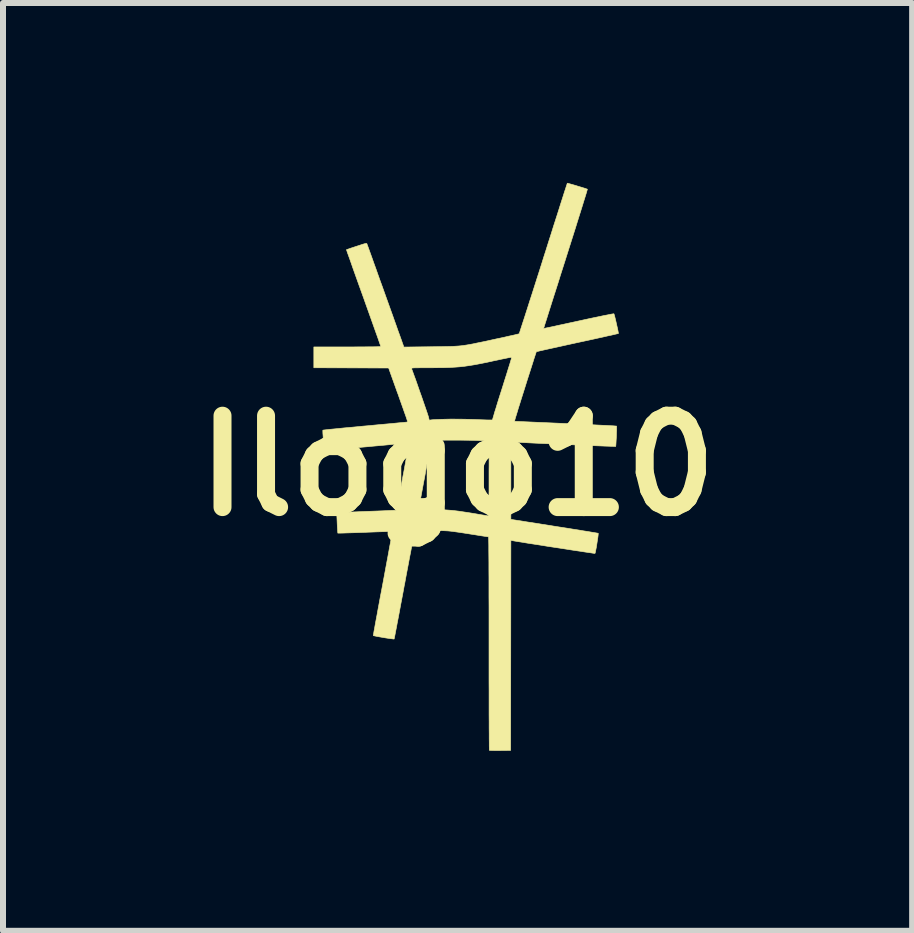
<source format=kicad_pcb>
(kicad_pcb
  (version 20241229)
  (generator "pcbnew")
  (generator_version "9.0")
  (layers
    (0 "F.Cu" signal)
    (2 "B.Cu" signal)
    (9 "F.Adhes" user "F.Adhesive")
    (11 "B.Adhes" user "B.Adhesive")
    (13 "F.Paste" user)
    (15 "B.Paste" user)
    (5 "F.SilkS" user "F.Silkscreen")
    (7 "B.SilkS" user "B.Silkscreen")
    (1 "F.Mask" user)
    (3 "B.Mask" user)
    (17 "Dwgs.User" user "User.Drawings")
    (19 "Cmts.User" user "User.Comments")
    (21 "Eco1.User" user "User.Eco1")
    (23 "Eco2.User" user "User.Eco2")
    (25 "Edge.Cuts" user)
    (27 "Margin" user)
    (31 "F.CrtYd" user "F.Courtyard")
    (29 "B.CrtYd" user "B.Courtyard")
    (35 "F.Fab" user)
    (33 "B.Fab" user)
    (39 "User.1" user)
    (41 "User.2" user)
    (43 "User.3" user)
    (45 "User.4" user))
  (footprint "Ilogo10"
    (layer "F.Cu")
    (at 4.579 4.716)
    (property "Reference" "Ilogo10" (at 0 0 0) (layer "F.SilkS") (effects (font (size 1.524 1.524) (thickness 0.3))))
    (attr through_hole)
    (fp_poly (pts (xy 1.839 -4.71) (xy 1.861 -4.704) (xy 1.893 -4.695) (xy 1.932 -4.684) (xy 1.976 -4.671) (xy 2.021 -4.657) (xy 2.065 -4.644) (xy 2.104 -4.632) (xy 2.136 -4.622) (xy 2.157 -4.614) (xy 2.165 -4.611) (xy 2.163 -4.603) (xy 2.156 -4.579) (xy 2.145 -4.541) (xy 2.129 -4.489) (xy 2.109 -4.425) (xy 2.086 -4.35) (xy 2.059 -4.264) (xy 2.029 -4.168) (xy 1.996 -4.063) (xy 1.961 -3.95) (xy 1.923 -3.83) (xy 1.883 -3.704) (xy 1.841 -3.572) (xy 1.802 -3.448) (xy 1.759 -3.313) (xy 1.717 -3.182) (xy 1.678 -3.056) (xy 1.64 -2.937) (xy 1.604 -2.825) (xy 1.571 -2.721) (xy 1.541 -2.626) (xy 1.514 -2.541) (xy 1.491 -2.467) (xy 1.471 -2.404) (xy 1.455 -2.354) (xy 1.444 -2.317) (xy 1.437 -2.295) (xy 1.435 -2.288) (xy 1.443 -2.29) (xy 1.466 -2.295) (xy 1.504 -2.303) (xy 1.554 -2.313) (xy 1.615 -2.326) (xy 1.686 -2.342) (xy 1.766 -2.359) (xy 1.853 -2.378) (xy 1.946 -2.398) (xy 2.019 -2.414) (xy 2.115 -2.435) (xy 2.207 -2.455) (xy 2.293 -2.473) (xy 2.371 -2.489) (xy 2.44 -2.504) (xy 2.499 -2.515) (xy 2.547 -2.525) (xy 2.582 -2.531) (xy 2.602 -2.534) (xy 2.607 -2.534) (xy 2.611 -2.524) (xy 2.618 -2.501) (xy 2.626 -2.468) (xy 2.636 -2.427) (xy 2.646 -2.383) (xy 2.656 -2.338) (xy 2.666 -2.295) (xy 2.674 -2.257) (xy 2.679 -2.228) (xy 2.682 -2.21) (xy 2.682 -2.205) (xy 2.674 -2.203) (xy 2.65 -2.198) (xy 2.612 -2.189) (xy 2.561 -2.177) (xy 2.499 -2.164) (xy 2.426 -2.147) (xy 2.344 -2.129) (xy 2.254 -2.109) (xy 2.157 -2.088) (xy 2.055 -2.066) (xy 1.999 -2.054) (xy 1.894 -2.031) (xy 1.794 -2.009) (xy 1.7 -1.988) (xy 1.614 -1.969) (xy 1.536 -1.952) (xy 1.468 -1.937) (xy 1.411 -1.924) (xy 1.366 -1.914) (xy 1.334 -1.906) (xy 1.317 -1.902) (xy 1.314 -1.901) (xy 1.311 -1.893) (xy 1.303 -1.869) (xy 1.291 -1.833) (xy 1.275 -1.785) (xy 1.257 -1.727) (xy 1.236 -1.661) (xy 1.213 -1.589) (xy 1.188 -1.511) (xy 1.162 -1.43) (xy 1.136 -1.347) (xy 1.11 -1.264) (xy 1.084 -1.182) (xy 1.059 -1.103) (xy 1.036 -1.029) (xy 1.014 -0.96) (xy 0.996 -0.899) (xy 0.98 -0.847) (xy 0.967 -0.806) (xy 0.959 -0.778) (xy 0.955 -0.763) (xy 0.955 -0.762) (xy 0.953 -0.741) (xy 1.799 -0.704) (xy 1.917 -0.699) (xy 2.031 -0.693) (xy 2.138 -0.689) (xy 2.239 -0.684) (xy 2.331 -0.679) (xy 2.414 -0.675) (xy 2.486 -0.672) (xy 2.547 -0.668) (xy 2.595 -0.666) (xy 2.629 -0.663) (xy 2.647 -0.662) (xy 2.651 -0.661) (xy 2.652 -0.652) (xy 2.652 -0.629) (xy 2.652 -0.595) (xy 2.65 -0.554) (xy 2.649 -0.508) (xy 2.647 -0.462) (xy 2.644 -0.417) (xy 2.642 -0.378) (xy 2.64 -0.347) (xy 2.638 -0.327) (xy 2.636 -0.322) (xy 2.628 -0.322) (xy 2.603 -0.323) (xy 2.565 -0.324) (xy 2.514 -0.326) (xy 2.451 -0.328) (xy 2.379 -0.331) (xy 2.298 -0.334) (xy 2.209 -0.338) (xy 2.115 -0.342) (xy 2.017 -0.346) (xy 1.915 -0.35) (xy 1.811 -0.354) (xy 1.708 -0.359) (xy 1.605 -0.363) (xy 1.505 -0.368) (xy 1.409 -0.372) (xy 1.318 -0.376) (xy 1.233 -0.38) (xy 1.157 -0.384) (xy 1.09 -0.387) (xy 1.034 -0.39) (xy 0.99 -0.392) (xy 0.959 -0.394) (xy 0.946 -0.395) (xy 0.889 -0.4) (xy 0.889 0.894) (xy 1.614 1.008) (xy 1.722 1.025) (xy 1.826 1.041) (xy 1.924 1.057) (xy 2.015 1.071) (xy 2.097 1.085) (xy 2.17 1.096) (xy 2.232 1.107) (xy 2.281 1.115) (xy 2.318 1.121) (xy 2.339 1.125) (xy 2.346 1.126) (xy 2.346 1.135) (xy 2.344 1.158) (xy 2.34 1.191) (xy 2.334 1.231) (xy 2.327 1.276) (xy 2.32 1.322) (xy 2.313 1.366) (xy 2.305 1.405) (xy 2.299 1.436) (xy 2.294 1.456) (xy 2.292 1.461) (xy 2.283 1.461) (xy 2.26 1.458) (xy 2.222 1.452) (xy 2.172 1.445) (xy 2.112 1.436) (xy 2.042 1.425) (xy 1.965 1.414) (xy 1.881 1.401) (xy 1.793 1.387) (xy 1.702 1.373) (xy 1.609 1.359) (xy 1.515 1.345) (xy 1.424 1.33) (xy 1.335 1.316) (xy 1.25 1.303) (xy 1.171 1.291) (xy 1.1 1.279) (xy 1.038 1.269) (xy 0.986 1.261) (xy 0.945 1.254) (xy 0.919 1.249) (xy 0.908 1.247) (xy 0.889 1.243) (xy 0.887 2.994) (xy 0.885 4.746) (xy 0.711 4.748) (xy 0.658 4.748) (xy 0.611 4.748) (xy 0.573 4.747) (xy 0.545 4.746) (xy 0.532 4.745) (xy 0.531 4.744) (xy 0.53 4.735) (xy 0.53 4.71) (xy 0.529 4.67) (xy 0.529 4.615) (xy 0.528 4.546) (xy 0.528 4.464) (xy 0.527 4.37) (xy 0.527 4.265) (xy 0.526 4.149) (xy 0.526 4.023) (xy 0.526 3.888) (xy 0.526 3.745) (xy 0.525 3.594) (xy 0.525 3.436) (xy 0.525 3.273) (xy 0.525 3.104) (xy 0.525 2.962) (xy 0.525 2.749) (xy 0.525 2.547) (xy 0.525 2.358) (xy 0.524 2.182) (xy 0.524 2.019) (xy 0.524 1.87) (xy 0.523 1.734) (xy 0.523 1.613) (xy 0.522 1.506) (xy 0.521 1.413) (xy 0.521 1.336) (xy 0.52 1.275) (xy 0.519 1.229) (xy 0.518 1.199) (xy 0.517 1.186) (xy 0.517 1.185) (xy 0.507 1.184) (xy 0.482 1.18) (xy 0.445 1.175) (xy 0.398 1.168) (xy 0.342 1.159) (xy 0.281 1.149) (xy 0.265 1.147) (xy 0.172 1.132) (xy 0.094 1.12) (xy 0.028 1.11) (xy -0.029 1.102) (xy -0.078 1.095) (xy -0.122 1.09) (xy -0.164 1.086) (xy -0.206 1.084) (xy -0.25 1.082) (xy -0.298 1.08) (xy -0.353 1.079) (xy -0.418 1.078) (xy -0.43 1.078) (xy -0.497 1.077) (xy -0.558 1.077) (xy -0.612 1.077) (xy -0.656 1.077) (xy -0.689 1.078) (xy -0.707 1.08) (xy -0.711 1.081) (xy -0.714 1.09) (xy -0.719 1.114) (xy -0.727 1.154) (xy -0.737 1.206) (xy -0.75 1.271) (xy -0.765 1.347) (xy -0.781 1.434) (xy -0.8 1.529) (xy -0.819 1.632) (xy -0.84 1.742) (xy -0.862 1.858) (xy -0.884 1.979) (xy -0.886 1.985) (xy -0.908 2.106) (xy -0.93 2.222) (xy -0.951 2.333) (xy -0.97 2.436) (xy -0.988 2.532) (xy -1.005 2.619) (xy -1.019 2.695) (xy -1.032 2.761) (xy -1.042 2.814) (xy -1.05 2.854) (xy -1.055 2.879) (xy -1.058 2.889) (xy -1.058 2.889) (xy -1.067 2.889) (xy -1.089 2.886) (xy -1.123 2.882) (xy -1.163 2.876) (xy -1.209 2.869) (xy -1.255 2.861) (xy -1.301 2.853) (xy -1.341 2.846) (xy -1.374 2.839) (xy -1.396 2.834) (xy -1.404 2.832) (xy -1.403 2.823) (xy -1.399 2.799) (xy -1.393 2.76) (xy -1.383 2.708) (xy -1.372 2.644) (xy -1.358 2.569) (xy -1.342 2.484) (xy -1.325 2.389) (xy -1.306 2.287) (xy -1.286 2.178) (xy -1.264 2.064) (xy -1.245 1.963) (xy -1.223 1.845) (xy -1.202 1.731) (xy -1.182 1.623) (xy -1.163 1.522) (xy -1.146 1.429) (xy -1.131 1.345) (xy -1.117 1.272) (xy -1.106 1.209) (xy -1.097 1.16) (xy -1.091 1.123) (xy -1.087 1.102) (xy -1.086 1.095) (xy -1.095 1.095) (xy -1.119 1.095) (xy -1.157 1.096) (xy -1.207 1.098) (xy -1.268 1.1) (xy -1.338 1.102) (xy -1.415 1.105) (xy -1.499 1.108) (xy -1.54 1.11) (xy -1.626 1.113) (xy -1.707 1.116) (xy -1.781 1.118) (xy -1.846 1.12) (xy -1.902 1.122) (xy -1.946 1.123) (xy -1.977 1.123) (xy -1.993 1.123) (xy -1.996 1.123) (xy -1.997 1.114) (xy -1.999 1.091) (xy -2.001 1.058) (xy -2.004 1.017) (xy -2.006 0.971) (xy -2.008 0.925) (xy -2.01 0.88) (xy -2.012 0.84) (xy -2.013 0.809) (xy -2.013 0.788) (xy -2.013 0.782) (xy -2.004 0.781) (xy -1.98 0.78) (xy -1.942 0.778) (xy -1.891 0.776) (xy -1.83 0.774) (xy -1.759 0.771) (xy -1.68 0.768) (xy -1.595 0.764) (xy -1.515 0.761) (xy -1.425 0.758) (xy -1.341 0.755) (xy -1.263 0.752) (xy -1.193 0.749) (xy -1.133 0.746) (xy -1.084 0.744) (xy -1.047 0.743) (xy -1.025 0.742) (xy -1.018 0.741) (xy -1.016 0.733) (xy -1.012 0.712) (xy -0.648 0.712) (xy -0.648 0.716) (xy -0.644 0.719) (xy -0.634 0.722) (xy -0.616 0.724) (xy -0.59 0.726) (xy -0.552 0.727) (xy -0.502 0.728) (xy -0.438 0.73) (xy -0.396 0.731) (xy -0.324 0.732) (xy -0.26 0.734) (xy -0.203 0.736) (xy -0.149 0.74) (xy -0.096 0.744) (xy -0.041 0.75) (xy 0.017 0.757) (xy 0.083 0.767) (xy 0.159 0.778) (xy 0.246 0.792) (xy 0.313 0.803) (xy 0.369 0.813) (xy 0.42 0.821) (xy 0.462 0.828) (xy 0.495 0.833) (xy 0.514 0.836) (xy 0.519 0.837) (xy 0.52 0.829) (xy 0.521 0.806) (xy 0.522 0.768) (xy 0.523 0.717) (xy 0.523 0.655) (xy 0.524 0.584) (xy 0.524 0.503) (xy 0.525 0.416) (xy 0.525 0.322) (xy 0.525 0.282) (xy 0.525 0.184) (xy 0.525 0.089) (xy 0.526 0.000016) (xy 0.526 -0.083) (xy 0.527 -0.157) (xy 0.528 -0.222) (xy 0.528 -0.275) (xy 0.529 -0.315) (xy 0.53 -0.34) (xy 0.53 -0.344) (xy 0.536 -0.413) (xy 0.376 -0.42) (xy 0.323 -0.422) (xy 0.261 -0.424) (xy 0.191 -0.425) (xy 0.117 -0.426) (xy 0.04 -0.427) (xy -0.038 -0.427) (xy -0.114 -0.427) (xy -0.186 -0.427) (xy -0.251 -0.426) (xy -0.308 -0.425) (xy -0.354 -0.424) (xy -0.386 -0.422) (xy -0.398 -0.421) (xy -0.445 -0.414) (xy -0.455 -0.336) (xy -0.458 -0.317) (xy -0.464 -0.284) (xy -0.472 -0.238) (xy -0.482 -0.181) (xy -0.493 -0.116) (xy -0.507 -0.044) (xy -0.521 0.034) (xy -0.535 0.114) (xy -0.55 0.197) (xy -0.566 0.279) (xy -0.581 0.359) (xy -0.595 0.435) (xy -0.608 0.506) (xy -0.62 0.569) (xy -0.63 0.623) (xy -0.639 0.666) (xy -0.645 0.696) (xy -0.648 0.712) (xy -0.648 0.712) (xy -1.012 0.712) (xy -1.011 0.709) (xy -1.004 0.672) (xy -0.995 0.624) (xy -0.983 0.565) (xy -0.971 0.499) (xy -0.957 0.425) (xy -0.942 0.347) (xy -0.927 0.266) (xy -0.912 0.183) (xy -0.896 0.1) (xy -0.881 0.019) (xy -0.867 -0.059) (xy -0.854 -0.131) (xy -0.842 -0.197) (xy -0.832 -0.254) (xy -0.823 -0.301) (xy -0.817 -0.336) (xy -0.814 -0.357) (xy -0.813 -0.363) (xy -0.814 -0.375) (xy -0.82 -0.38) (xy -0.835 -0.381) (xy -0.857 -0.378) (xy -0.892 -0.375) (xy -0.939 -0.37) (xy -0.997 -0.364) (xy -1.065 -0.358) (xy -1.14 -0.351) (xy -1.223 -0.343) (xy -1.311 -0.335) (xy -1.402 -0.327) (xy -1.495 -0.318) (xy -1.588 -0.31) (xy -1.681 -0.301) (xy -1.771 -0.293) (xy -1.856 -0.286) (xy -1.937 -0.279) (xy -2.01 -0.272) (xy -2.074 -0.267) (xy -2.128 -0.263) (xy -2.17 -0.259) (xy -2.199 -0.257) (xy -2.214 -0.256) (xy -2.215 -0.256) (xy -2.218 -0.266) (xy -2.221 -0.29) (xy -2.225 -0.324) (xy -2.23 -0.365) (xy -2.234 -0.411) (xy -2.239 -0.457) (xy -2.242 -0.501) (xy -2.245 -0.54) (xy -2.246 -0.57) (xy -2.246 -0.589) (xy -2.246 -0.593) (xy -2.236 -0.595) (xy -2.212 -0.598) (xy -2.173 -0.602) (xy -2.121 -0.608) (xy -2.057 -0.614) (xy -1.983 -0.621) (xy -1.899 -0.63) (xy -1.808 -0.638) (xy -1.711 -0.647) (xy -1.608 -0.657) (xy -1.579 -0.66) (xy -1.474 -0.669) (xy -1.373 -0.679) (xy -1.277 -0.688) (xy -1.188 -0.696) (xy -1.108 -0.703) (xy -1.037 -0.71) (xy -0.977 -0.716) (xy -0.929 -0.72) (xy -0.895 -0.723) (xy -0.877 -0.725) (xy -0.875 -0.725) (xy -0.831 -0.73) (xy -0.843 -0.769) (xy -0.848 -0.785) (xy -0.858 -0.815) (xy -0.873 -0.857) (xy -0.892 -0.91) (xy -0.914 -0.973) (xy -0.939 -1.043) (xy -0.966 -1.119) (xy -0.994 -1.199) (xy -1.002 -1.219) (xy -1.146 -1.622) (xy -0.767 -1.622) (xy -0.767 -1.619) (xy -0.756 -1.591) (xy -0.741 -1.55) (xy -0.723 -1.5) (xy -0.701 -1.441) (xy -0.678 -1.375) (xy -0.654 -1.306) (xy -0.629 -1.234) (xy -0.603 -1.162) (xy -0.579 -1.092) (xy -0.556 -1.025) (xy -0.535 -0.965) (xy -0.517 -0.912) (xy -0.502 -0.868) (xy -0.492 -0.837) (xy -0.486 -0.819) (xy -0.486 -0.818) (xy -0.472 -0.76) (xy -0.437 -0.765) (xy -0.419 -0.767) (xy -0.386 -0.769) (xy -0.343 -0.771) (xy -0.291 -0.773) (xy -0.233 -0.775) (xy -0.195 -0.776) (xy -0.105 -0.778) (xy -0.002 -0.777) (xy 0.108 -0.776) (xy 0.222 -0.773) (xy 0.294 -0.771) (xy 0.361 -0.768) (xy 0.423 -0.766) (xy 0.478 -0.764) (xy 0.522 -0.763) (xy 0.556 -0.763) (xy 0.576 -0.763) (xy 0.58 -0.764) (xy 0.584 -0.773) (xy 0.591 -0.796) (xy 0.6 -0.826) (xy 0.605 -0.843) (xy 0.611 -0.866) (xy 0.622 -0.903) (xy 0.638 -0.952) (xy 0.656 -1.012) (xy 0.677 -1.081) (xy 0.701 -1.157) (xy 0.727 -1.238) (xy 0.754 -1.323) (xy 0.766 -1.362) (xy 0.792 -1.445) (xy 0.817 -1.523) (xy 0.839 -1.595) (xy 0.859 -1.659) (xy 0.876 -1.713) (xy 0.889 -1.757) (xy 0.898 -1.788) (xy 0.902 -1.806) (xy 0.903 -1.809) (xy 0.894 -1.809) (xy 0.87 -1.805) (xy 0.834 -1.798) (xy 0.787 -1.788) (xy 0.731 -1.777) (xy 0.667 -1.763) (xy 0.604 -1.75) (xy 0.486 -1.724) (xy 0.381 -1.703) (xy 0.287 -1.685) (xy 0.2 -1.671) (xy 0.118 -1.659) (xy 0.037 -1.65) (xy -0.045 -1.644) (xy -0.132 -1.639) (xy -0.226 -1.636) (xy -0.331 -1.635) (xy -0.449 -1.634) (xy -0.473 -1.634) (xy -0.552 -1.634) (xy -0.616 -1.634) (xy -0.666 -1.633) (xy -0.704 -1.633) (xy -0.731 -1.632) (xy -0.75 -1.63) (xy -0.761 -1.628) (xy -0.766 -1.625) (xy -0.767 -1.622) (xy -1.146 -1.622) (xy -1.149 -1.63) (xy -1.773 -1.632) (xy -2.396 -1.634) (xy -2.396 -1.981) (xy -1.837 -1.981) (xy -1.742 -1.981) (xy -1.651 -1.982) (xy -1.567 -1.982) (xy -1.492 -1.983) (xy -1.425 -1.983) (xy -1.369 -1.984) (xy -1.326 -1.985) (xy -1.295 -1.986) (xy -1.28 -1.987) (xy -1.279 -1.988) (xy -1.281 -1.996) (xy -1.29 -2.02) (xy -1.303 -2.057) (xy -1.32 -2.107) (xy -1.342 -2.169) (xy -1.368 -2.241) (xy -1.397 -2.323) (xy -1.429 -2.413) (xy -1.464 -2.511) (xy -1.501 -2.615) (xy -1.54 -2.724) (xy -1.566 -2.798) (xy -1.606 -2.909) (xy -1.645 -3.017) (xy -1.681 -3.118) (xy -1.715 -3.213) (xy -1.746 -3.3) (xy -1.773 -3.378) (xy -1.797 -3.446) (xy -1.818 -3.504) (xy -1.834 -3.549) (xy -1.845 -3.581) (xy -1.851 -3.599) (xy -1.852 -3.603) (xy -1.844 -3.606) (xy -1.822 -3.613) (xy -1.789 -3.625) (xy -1.746 -3.639) (xy -1.698 -3.655) (xy -1.683 -3.66) (xy -1.627 -3.678) (xy -1.585 -3.692) (xy -1.554 -3.701) (xy -1.533 -3.706) (xy -1.521 -3.707) (xy -1.514 -3.705) (xy -1.511 -3.701) (xy -1.508 -3.691) (xy -1.499 -3.667) (xy -1.485 -3.629) (xy -1.467 -3.579) (xy -1.445 -3.518) (xy -1.42 -3.448) (xy -1.392 -3.369) (xy -1.361 -3.284) (xy -1.329 -3.193) (xy -1.295 -3.097) (xy -1.259 -2.999) (xy -1.223 -2.898) (xy -1.187 -2.797) (xy -1.151 -2.697) (xy -1.116 -2.599) (xy -1.082 -2.505) (xy -1.05 -2.414) (xy -1.02 -2.33) (xy -0.993 -2.253) (xy -0.968 -2.185) (xy -0.947 -2.126) (xy -0.93 -2.079) (xy -0.918 -2.043) (xy -0.91 -2.022) (xy -0.908 -2.016) (xy -0.895 -1.979) (xy -0.462 -1.984) (xy -0.358 -1.985) (xy -0.268 -1.986) (xy -0.192 -1.988) (xy -0.126 -1.989) (xy -0.07 -1.991) (xy -0.021 -1.994) (xy 0.023 -1.997) (xy 0.064 -2.001) (xy 0.103 -2.006) (xy 0.143 -2.012) (xy 0.186 -2.019) (xy 0.191 -2.02) (xy 0.218 -2.025) (xy 0.258 -2.032) (xy 0.308 -2.043) (xy 0.367 -2.055) (xy 0.432 -2.068) (xy 0.502 -2.083) (xy 0.574 -2.099) (xy 0.647 -2.115) (xy 0.719 -2.13) (xy 0.788 -2.145) (xy 0.851 -2.16) (xy 0.908 -2.172) (xy 0.956 -2.183) (xy 0.993 -2.192) (xy 1.018 -2.198) (xy 1.027 -2.202) (xy 1.027 -2.202) (xy 1.031 -2.21) (xy 1.039 -2.234) (xy 1.051 -2.272) (xy 1.068 -2.324) (xy 1.089 -2.389) (xy 1.114 -2.465) (xy 1.142 -2.552) (xy 1.173 -2.649) (xy 1.207 -2.756) (xy 1.244 -2.87) (xy 1.283 -2.992) (xy 1.324 -3.121) (xy 1.367 -3.255) (xy 1.411 -3.394) (xy 1.431 -3.459) (xy 1.476 -3.599) (xy 1.519 -3.736) (xy 1.561 -3.867) (xy 1.6 -3.992) (xy 1.638 -4.11) (xy 1.673 -4.219) (xy 1.705 -4.321) (xy 1.734 -4.412) (xy 1.76 -4.493) (xy 1.782 -4.563) (xy 1.801 -4.62) (xy 1.815 -4.664) (xy 1.825 -4.694) (xy 1.83 -4.71) (xy 1.83 -4.711) (xy 1.839 -4.71)) (stroke (width 0.01) (type solid)) (fill yes) (layer "F.SilkS")))
  (gr_rect
    (start -3 -3)
    (end 12.159 12.47)
    (stroke (width 0.1) (type default))
    (fill no)
    (layer "Edge.Cuts")))
</source>
